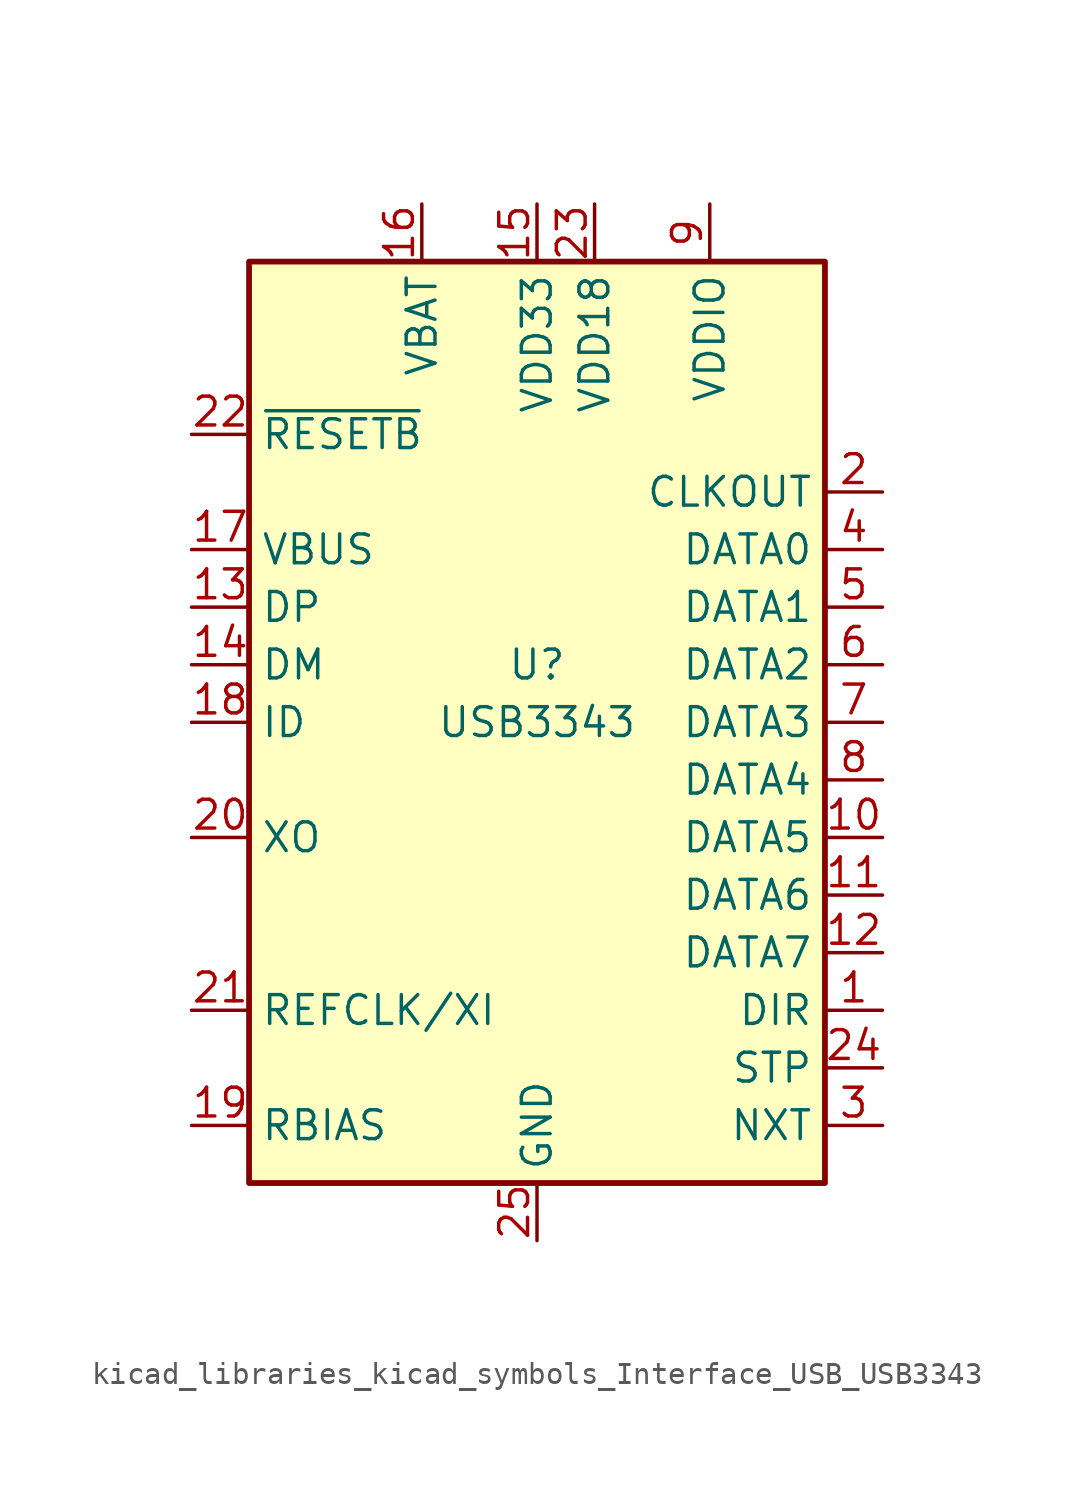
<source format=kicad_sym>
(kicad_symbol_lib
  (version 20220914)
  (generator kicad_symbol_editor)
  (symbol "kicad_libraries_kicad_symbols_Interface_USB_USB3343"
    (property "Reference" "U"
      (at 0 2.54 0)
      (effects (font (size 1.27 1.27))))
    (property "Value" "USB3343"
      (at 0 0 0)
      (effects (font (size 1.27 1.27))))
    (symbol "kicad_libraries_kicad_symbols_Interface_USB_USB3343_0_1"
      (rectangle (start -12.7 20.32) (end 12.7 -20.32) (stroke (width 0.254) (type default)) (fill (type background))))
    (symbol "kicad_libraries_kicad_symbols_Interface_USB_USB3343_1_1"
      (pin output line (at 15.24 -12.7 180) (length 2.54) (name "DIR" (effects (font (size 1.27 1.27)))) (number "1" (effects (font (size 1.27 1.27)))))
      (pin bidirectional line (at 15.24 -5.08 180) (length 2.54) (name "DATA5" (effects (font (size 1.27 1.27)))) (number "10" (effects (font (size 1.27 1.27)))))
      (pin bidirectional line (at 15.24 -7.62 180) (length 2.54) (name "DATA6" (effects (font (size 1.27 1.27)))) (number "11" (effects (font (size 1.27 1.27)))))
      (pin bidirectional line (at 15.24 -10.16 180) (length 2.54) (name "DATA7" (effects (font (size 1.27 1.27)))) (number "12" (effects (font (size 1.27 1.27)))))
      (pin bidirectional line (at -15.24 5.08 0) (length 2.54) (name "DP" (effects (font (size 1.27 1.27)))) (number "13" (effects (font (size 1.27 1.27)))))
      (pin bidirectional line (at -15.24 2.54 0) (length 2.54) (name "DM" (effects (font (size 1.27 1.27)))) (number "14" (effects (font (size 1.27 1.27)))))
      (pin power_out line (at 0 22.86 270) (length 2.54) (name "VDD33" (effects (font (size 1.27 1.27)))) (number "15" (effects (font (size 1.27 1.27)))))
      (pin power_in line (at -5.08 22.86 270) (length 2.54) (name "VBAT" (effects (font (size 1.27 1.27)))) (number "16" (effects (font (size 1.27 1.27)))))
      (pin input line (at -15.24 7.62 0) (length 2.54) (name "VBUS" (effects (font (size 1.27 1.27)))) (number "17" (effects (font (size 1.27 1.27)))))
      (pin input line (at -15.24 0 0) (length 2.54) (name "ID" (effects (font (size 1.27 1.27)))) (number "18" (effects (font (size 1.27 1.27)))))
      (pin passive line (at -15.24 -17.78 0) (length 2.54) (name "RBIAS" (effects (font (size 1.27 1.27)))) (number "19" (effects (font (size 1.27 1.27)))))
      (pin output line (at 15.24 10.16 180) (length 2.54) (name "CLKOUT" (effects (font (size 1.27 1.27)))) (number "2" (effects (font (size 1.27 1.27)))))
      (pin output line (at -15.24 -5.08 0) (length 2.54) (name "XO" (effects (font (size 1.27 1.27)))) (number "20" (effects (font (size 1.27 1.27)))))
      (pin input line (at -15.24 -12.7 0) (length 2.54) (name "REFCLK/XI" (effects (font (size 1.27 1.27)))) (number "21" (effects (font (size 1.27 1.27)))))
      (pin input line (at -15.24 12.7 0) (length 2.54) (name "~{RESETB}" (effects (font (size 1.27 1.27)))) (number "22" (effects (font (size 1.27 1.27)))))
      (pin power_out line (at 2.54 22.86 270) (length 2.54) (name "VDD18" (effects (font (size 1.27 1.27)))) (number "23" (effects (font (size 1.27 1.27)))))
      (pin input line (at 15.24 -15.24 180) (length 2.54) (name "STP" (effects (font (size 1.27 1.27)))) (number "24" (effects (font (size 1.27 1.27)))))
      (pin power_in line (at 0 -22.86 90) (length 2.54) (name "GND" (effects (font (size 1.27 1.27)))) (number "25" (effects (font (size 1.27 1.27)))))
      (pin output line (at 15.24 -17.78 180) (length 2.54) (name "NXT" (effects (font (size 1.27 1.27)))) (number "3" (effects (font (size 1.27 1.27)))))
      (pin bidirectional line (at 15.24 7.62 180) (length 2.54) (name "DATA0" (effects (font (size 1.27 1.27)))) (number "4" (effects (font (size 1.27 1.27)))))
      (pin bidirectional line (at 15.24 5.08 180) (length 2.54) (name "DATA1" (effects (font (size 1.27 1.27)))) (number "5" (effects (font (size 1.27 1.27)))))
      (pin bidirectional line (at 15.24 2.54 180) (length 2.54) (name "DATA2" (effects (font (size 1.27 1.27)))) (number "6" (effects (font (size 1.27 1.27)))))
      (pin bidirectional line (at 15.24 0 180) (length 2.54) (name "DATA3" (effects (font (size 1.27 1.27)))) (number "7" (effects (font (size 1.27 1.27)))))
      (pin bidirectional line (at 15.24 -2.54 180) (length 2.54) (name "DATA4" (effects (font (size 1.27 1.27)))) (number "8" (effects (font (size 1.27 1.27)))))
      (pin power_in line (at 7.62 22.86 270) (length 2.54) (name "VDDIO" (effects (font (size 1.27 1.27)))) (number "9" (effects (font (size 1.27 1.27))))))))
</source>
